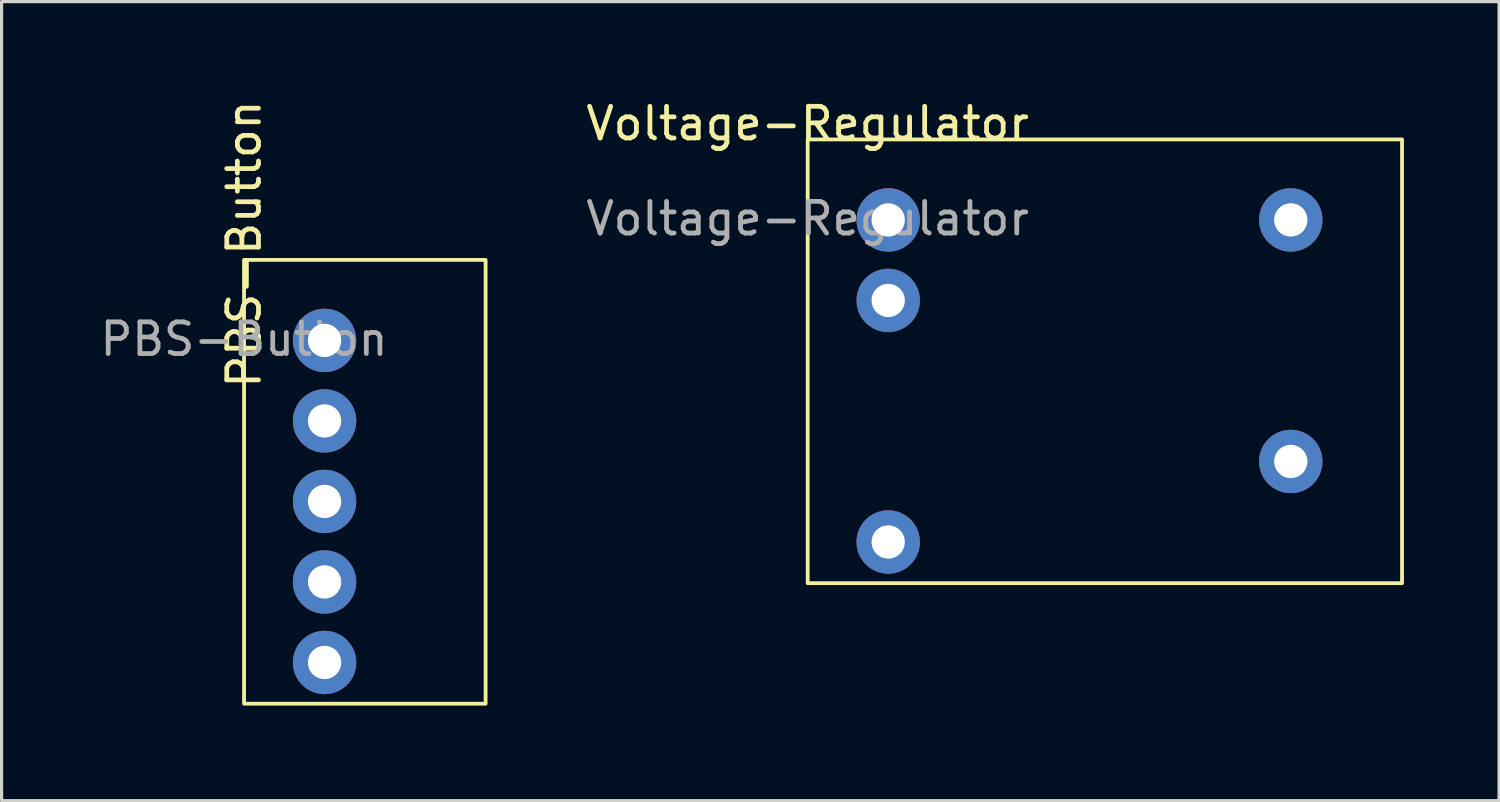
<source format=kicad_pcb>
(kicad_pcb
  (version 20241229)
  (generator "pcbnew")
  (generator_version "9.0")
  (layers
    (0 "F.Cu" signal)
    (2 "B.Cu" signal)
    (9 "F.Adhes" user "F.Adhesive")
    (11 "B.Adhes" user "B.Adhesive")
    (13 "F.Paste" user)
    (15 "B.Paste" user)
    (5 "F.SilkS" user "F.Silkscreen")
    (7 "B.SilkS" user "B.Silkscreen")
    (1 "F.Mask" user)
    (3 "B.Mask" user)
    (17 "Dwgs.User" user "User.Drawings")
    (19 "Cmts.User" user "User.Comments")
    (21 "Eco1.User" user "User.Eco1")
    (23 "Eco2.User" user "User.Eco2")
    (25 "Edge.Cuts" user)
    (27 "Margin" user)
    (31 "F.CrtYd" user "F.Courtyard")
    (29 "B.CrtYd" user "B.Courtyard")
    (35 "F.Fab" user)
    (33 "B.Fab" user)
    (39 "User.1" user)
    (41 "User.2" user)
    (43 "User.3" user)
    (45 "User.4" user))
  (footprint "Voltage-Regulator"
    (layer "F.Cu")
    (at 22.43 1.348)
    (property "Reference" "Voltage-Regulator" (at 0 -0.5 0) (unlocked yes) (layer "F.SilkS") (effects (font (size 1 1) (thickness 0.15))))
    (attr through_hole)
    (fp_rect (start 0 0) (end 18.75 14) (stroke (width 0.12) (type solid)) (fill no) (layer "F.SilkS"))
    (fp_text user "${REFERENCE}" (at 0 2.5 0) (unlocked yes) (layer "F.Fab") (effects (font (size 1 1) (thickness 0.15))))
    (pad "EN" thru_hole circle (at 2.54 2.54) (size 2 2) (drill 1.05) (layers "*.Cu" "*.Mask"))
    (pad "VIN+" thru_hole circle (at 2.54 5.08) (size 2 2) (drill 1.05) (layers "*.Cu" "*.Mask"))
    (pad "VOUT+" thru_hole circle (at 15.24 10.16) (size 2 2) (drill 1.05) (layers "*.Cu" "*.Mask"))
    (pad "VOUT-" thru_hole circle (at 2.54 12.7) (size 2 2) (drill 1.05) (layers "*.Cu" "*.Mask"))
    (pad "VOUT-" thru_hole circle (at 15.24 2.54) (size 2 2) (drill 1.05) (layers "*.Cu" "*.Mask")))
  (footprint "PBS-Button"
    (layer "F.Cu")
    (at 4.649 5.149)
    (property "Reference" "PBS-Button" (at 0 -0.5 90) (unlocked yes) (layer "F.SilkS") (effects (font (size 1 1) (thickness 0.15))))
    (attr through_hole)
    (fp_rect (start 0 0) (end 7.62 14) (stroke (width 0.12) (type solid)) (fill no) (layer "F.SilkS"))
    (fp_text user "${REFERENCE}" (at 0 2.5 0) (unlocked yes) (layer "F.Fab") (effects (font (size 1 1) (thickness 0.15))))
    (pad "+" thru_hole circle (at 2.54 5.08) (size 2 2) (drill 1.05) (layers "*.Cu" "*.Mask"))
    (pad "-" thru_hole circle (at 2.54 7.62) (size 2 2) (drill 1.05) (layers "*.Cu" "*.Mask"))
    (pad "COM" thru_hole circle (at 2.54 12.7) (size 2 2) (drill 1.05) (layers "*.Cu" "*.Mask"))
    (pad "NC" thru_hole circle (at 2.54 2.54) (size 2 2) (drill 1.05) (layers "*.Cu" "*.Mask"))
    (pad "NO" thru_hole circle (at 2.54 10.16) (size 2 2) (drill 1.05) (layers "*.Cu" "*.Mask")))
  (gr_rect
    (start -3 -3)
    (end 44.24 22.209)
    (stroke (width 0.1) (type default))
    (fill no)
    (layer "Edge.Cuts")))
</source>
